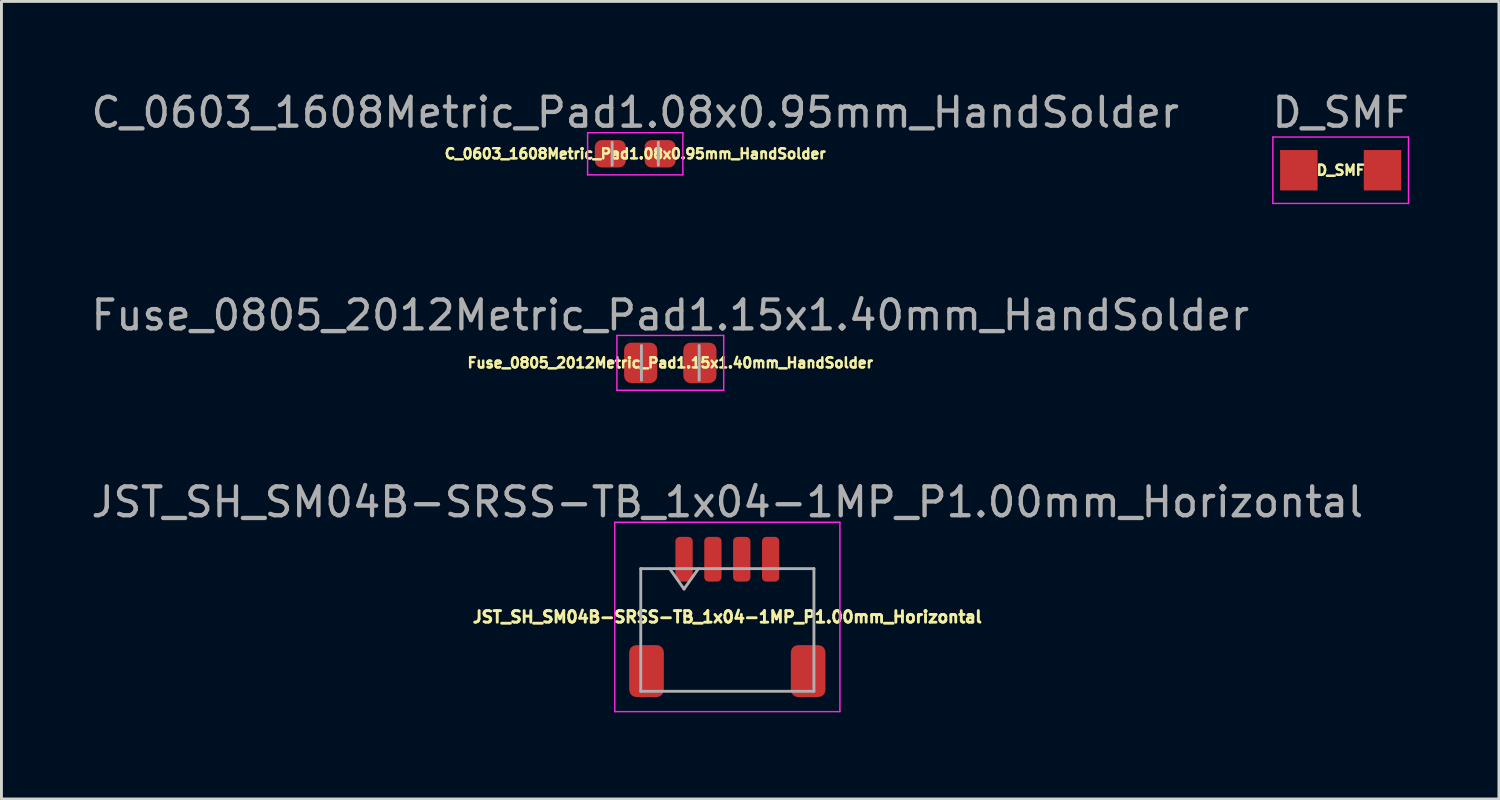
<source format=kicad_pcb>
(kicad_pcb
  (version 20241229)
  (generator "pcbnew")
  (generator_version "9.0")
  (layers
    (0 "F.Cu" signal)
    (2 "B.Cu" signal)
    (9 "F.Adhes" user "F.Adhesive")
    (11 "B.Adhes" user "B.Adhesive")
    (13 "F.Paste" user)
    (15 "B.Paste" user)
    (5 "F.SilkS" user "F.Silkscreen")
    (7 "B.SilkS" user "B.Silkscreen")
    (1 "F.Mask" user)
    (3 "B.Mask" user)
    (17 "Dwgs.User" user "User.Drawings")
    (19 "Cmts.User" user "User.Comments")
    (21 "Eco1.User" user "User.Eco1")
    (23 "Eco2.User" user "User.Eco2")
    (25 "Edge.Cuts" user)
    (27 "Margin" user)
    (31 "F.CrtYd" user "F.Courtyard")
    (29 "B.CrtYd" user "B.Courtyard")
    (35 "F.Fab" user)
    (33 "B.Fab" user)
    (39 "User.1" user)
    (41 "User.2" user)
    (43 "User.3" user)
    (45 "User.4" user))
  (footprint "JST_SH_SM04B-SRSS-TB_1x04-1MP_P1.00mm_Horizontal"
    (layer "F.Cu")
    (at 22.149 18.325)
    (property "Reference" "JST_SH_SM04B-SRSS-TB_1x04-1MP_P1.00mm_Horizontal" (at 0 -3.98 0) (layer "F.Fab") (effects (font (size 1 1) (thickness 0.15))))
    (attr smd)
    (fp_line (start -3.9 -3.28) (end -3.9 3.28) (stroke (width 0.05) (type solid)) (layer "F.CrtYd"))
    (fp_line (start -3.9 3.28) (end 3.9 3.28) (stroke (width 0.05) (type solid)) (layer "F.CrtYd"))
    (fp_line (start 3.9 -3.28) (end -3.9 -3.28) (stroke (width 0.05) (type solid)) (layer "F.CrtYd"))
    (fp_line (start 3.9 3.28) (end 3.9 -3.28) (stroke (width 0.05) (type solid)) (layer "F.CrtYd"))
    (fp_line (start -3 -1.675) (end -3 2.575) (stroke (width 0.1) (type solid)) (layer "F.Fab"))
    (fp_line (start -3 -1.675) (end 3 -1.675) (stroke (width 0.1) (type solid)) (layer "F.Fab"))
    (fp_line (start -3 2.575) (end 3 2.575) (stroke (width 0.1) (type solid)) (layer "F.Fab"))
    (fp_line (start -2 -1.675) (end -1.5 -0.968) (stroke (width 0.1) (type solid)) (layer "F.Fab"))
    (fp_line (start -1.5 -0.968) (end -1 -1.675) (stroke (width 0.1) (type solid)) (layer "F.Fab"))
    (fp_line (start 3 -1.675) (end 3 2.575) (stroke (width 0.1) (type solid)) (layer "F.Fab"))
    (fp_text user "${REFERENCE}" (at 0 0 0) (layer "F.SilkS") (effects (font (size 0.4 0.4) (thickness 0.1))))
    (pad "1" smd roundrect (at -1.5 -2) (size 0.6 1.55) (layers "F.Cu" "F.Mask" "F.Paste") (roundrect_rratio 0.25))
    (pad "2" smd roundrect (at -0.5 -2) (size 0.6 1.55) (layers "F.Cu" "F.Mask" "F.Paste") (roundrect_rratio 0.25))
    (pad "3" smd roundrect (at 0.5 -2) (size 0.6 1.55) (layers "F.Cu" "F.Mask" "F.Paste") (roundrect_rratio 0.25))
    (pad "4" smd roundrect (at 1.5 -2) (size 0.6 1.55) (layers "F.Cu" "F.Mask" "F.Paste") (roundrect_rratio 0.25))
    (pad "MP" smd roundrect (at -2.8 1.875) (size 1.2 1.8) (layers "F.Cu" "F.Mask" "F.Paste") (roundrect_rratio 0.208))
    (pad "MP" smd roundrect (at 2.8 1.875) (size 1.2 1.8) (layers "F.Cu" "F.Mask" "F.Paste") (roundrect_rratio 0.208)))
  (footprint "C_0603_1608Metric_Pad1.08x0.95mm_HandSolder"
    (layer "F.Cu")
    (at 18.958 2.278)
    (property "Reference" "C_0603_1608Metric_Pad1.08x0.95mm_HandSolder" (at 0 -1.43 0) (layer "F.Fab") (effects (font (size 1 1) (thickness 0.15))))
    (attr smd)
    (fp_line (start -1.65 -0.73) (end 1.65 -0.73) (stroke (width 0.05) (type solid)) (layer "F.CrtYd"))
    (fp_line (start -1.65 0.73) (end -1.65 -0.73) (stroke (width 0.05) (type solid)) (layer "F.CrtYd"))
    (fp_line (start 1.65 -0.73) (end 1.65 0.73) (stroke (width 0.05) (type solid)) (layer "F.CrtYd"))
    (fp_line (start 1.65 0.73) (end -1.65 0.73) (stroke (width 0.05) (type solid)) (layer "F.CrtYd"))
    (fp_line (start -0.8 0.4) (end -0.8 -0.4) (stroke (width 0.1) (type solid)) (layer "F.Fab"))
    (fp_line (start 0.8 -0.4) (end 0.8 0.4) (stroke (width 0.1) (type solid)) (layer "F.Fab"))
    (fp_text user "${REFERENCE}" (at 0 0 0) (layer "F.SilkS") (effects (font (size 0.35 0.35) (thickness 0.087))))
    (pad "1" smd roundrect (at -0.863 0) (size 1.075 0.95) (layers "F.Cu" "F.Mask" "F.Paste") (roundrect_rratio 0.25))
    (pad "2" smd roundrect (at 0.863 0) (size 1.075 0.95) (layers "F.Cu" "F.Mask" "F.Paste") (roundrect_rratio 0.25)))
  (footprint "Fuse_0805_2012Metric_Pad1.15x1.40mm_HandSolder"
    (layer "F.Cu")
    (at 20.173 9.521)
    (property "Reference" "Fuse_0805_2012Metric_Pad1.15x1.40mm_HandSolder" (at 0 -1.65 0) (layer "F.Fab") (effects (font (size 1 1) (thickness 0.15))))
    (attr smd)
    (fp_line (start -1.85 -0.95) (end 1.85 -0.95) (stroke (width 0.05) (type solid)) (layer "F.CrtYd"))
    (fp_line (start -1.85 0.95) (end -1.85 -0.95) (stroke (width 0.05) (type solid)) (layer "F.CrtYd"))
    (fp_line (start 1.85 -0.95) (end 1.85 0.95) (stroke (width 0.05) (type solid)) (layer "F.CrtYd"))
    (fp_line (start 1.85 0.95) (end -1.85 0.95) (stroke (width 0.05) (type solid)) (layer "F.CrtYd"))
    (fp_line (start -1 0.6) (end -1 -0.6) (stroke (width 0.1) (type solid)) (layer "F.Fab"))
    (fp_line (start 1 -0.6) (end 1 0.6) (stroke (width 0.1) (type solid)) (layer "F.Fab"))
    (fp_text user "${REFERENCE}" (at 0 0 0) (layer "F.SilkS") (effects (font (size 0.35 0.35) (thickness 0.087))))
    (pad "1" smd roundrect (at -1.025 0) (size 1.15 1.4) (layers "F.Cu" "F.Mask" "F.Paste") (roundrect_rratio 0.217))
    (pad "2" smd roundrect (at 1.025 0) (size 1.15 1.4) (layers "F.Cu" "F.Mask" "F.Paste") (roundrect_rratio 0.217)))
  (footprint "D_SMF"
    (layer "F.Cu")
    (at 43.399 2.848)
    (property "Reference" "D_SMF" (at 0 0 0) (layer "F.SilkS") (effects (font (size 0.35 0.35) (thickness 0.087))))
    (attr smd)
    (fp_line (start -2.35 -1.15) (end 2.35 -1.15) (stroke (width 0.05) (type solid)) (layer "F.CrtYd"))
    (fp_line (start -2.35 1.15) (end -2.35 -1.15) (stroke (width 0.05) (type solid)) (layer "F.CrtYd"))
    (fp_line (start 2.35 -1.15) (end 2.35 1.15) (stroke (width 0.05) (type solid)) (layer "F.CrtYd"))
    (fp_line (start 2.35 1.15) (end -2.35 1.15) (stroke (width 0.05) (type solid)) (layer "F.CrtYd"))
    (fp_text user "${REFERENCE}" (at 0 -2 0) (layer "F.Fab") (effects (font (size 1 1) (thickness 0.15))))
    (pad "1" smd rect (at -1.45 0) (size 1.3 1.4) (layers "F.Cu" "F.Mask" "F.Paste"))
    (pad "2" smd rect (at 1.45 0) (size 1.3 1.4) (layers "F.Cu" "F.Mask" "F.Paste")))
  (gr_rect
    (start -3 -3)
    (end 48.881 24.63)
    (stroke (width 0.1) (type default))
    (fill no)
    (layer "Edge.Cuts")))
</source>
